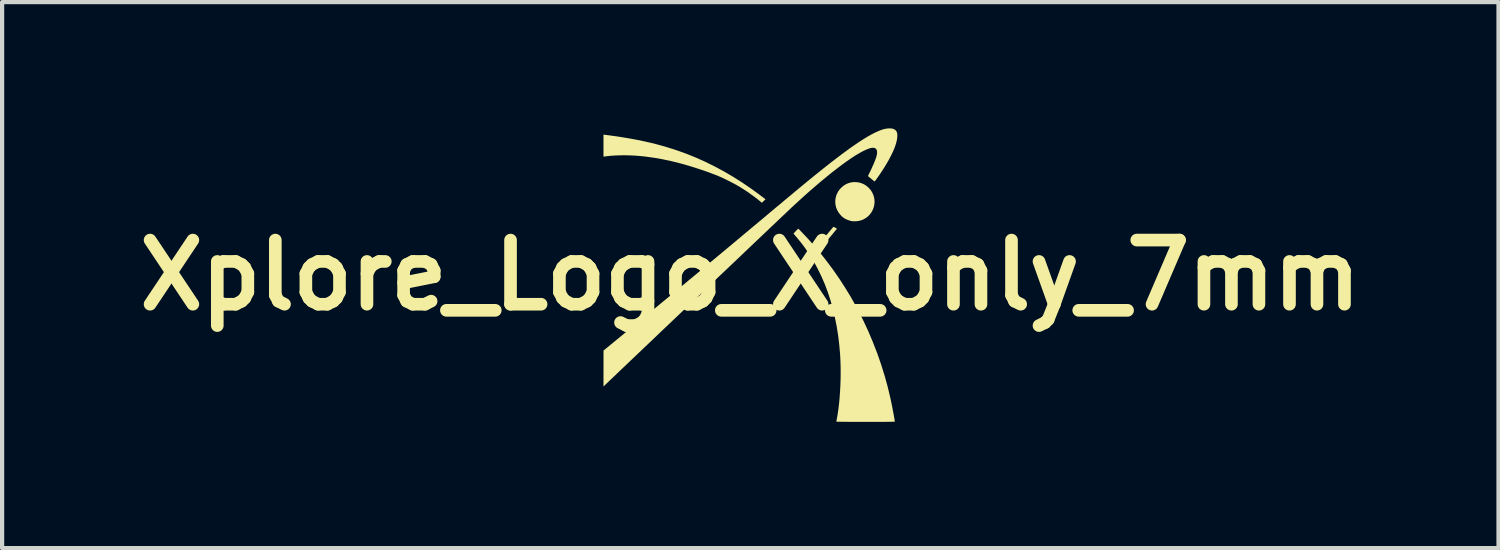
<source format=kicad_pcb>
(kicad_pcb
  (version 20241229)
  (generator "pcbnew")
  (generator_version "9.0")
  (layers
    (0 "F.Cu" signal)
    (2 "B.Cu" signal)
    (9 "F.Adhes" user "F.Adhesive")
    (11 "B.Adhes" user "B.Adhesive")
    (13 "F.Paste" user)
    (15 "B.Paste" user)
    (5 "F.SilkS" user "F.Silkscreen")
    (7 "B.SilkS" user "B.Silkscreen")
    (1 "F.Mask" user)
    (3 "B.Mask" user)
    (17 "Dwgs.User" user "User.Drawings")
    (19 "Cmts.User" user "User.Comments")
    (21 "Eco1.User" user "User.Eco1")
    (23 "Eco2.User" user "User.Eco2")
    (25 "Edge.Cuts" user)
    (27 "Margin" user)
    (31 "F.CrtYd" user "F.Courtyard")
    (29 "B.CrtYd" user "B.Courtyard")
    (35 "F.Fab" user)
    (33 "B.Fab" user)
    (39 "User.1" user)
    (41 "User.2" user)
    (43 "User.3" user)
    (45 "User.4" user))
  (footprint "Xplore_Logo_X_only_7mm"
    (layer "F.Cu")
    (at 14.776 3.488)
    (property "Reference" "Xplore_Logo_X_only_7mm" (at 0 0 0) (layer "F.SilkS") (effects (font (size 1.524 1.524) (thickness 0.3))))
    (attr board_only exclude_from_pos_files exclude_from_bom)
    (fp_poly (pts (xy 1.983 -1.146) (xy 1.995 -1.141) (xy 2.012 -1.132) (xy 2.017 -1.129) (xy 2.034 -1.119) (xy 2.048 -1.111) (xy 2.056 -1.106) (xy 2.058 -1.105) (xy 2.055 -1.101) (xy 2.047 -1.09) (xy 2.034 -1.074) (xy 2.017 -1.054) (xy 1.996 -1.029) (xy 1.973 -1.001) (xy 1.948 -0.97) (xy 1.921 -0.938) (xy 1.894 -0.905) (xy 1.866 -0.873) (xy 1.84 -0.841) (xy 1.814 -0.81) (xy 1.791 -0.782) (xy 1.77 -0.758) (xy 1.753 -0.737) (xy 1.74 -0.722) (xy 1.732 -0.712) (xy 1.728 -0.708) (xy 1.725 -0.712) (xy 1.717 -0.721) (xy 1.705 -0.734) (xy 1.696 -0.744) (xy 1.664 -0.779) (xy 1.811 -0.956) (xy 1.841 -0.992) (xy 1.869 -1.025) (xy 1.895 -1.056) (xy 1.918 -1.083) (xy 1.937 -1.106) (xy 1.952 -1.124) (xy 1.962 -1.137) (xy 1.967 -1.142) (xy 1.967 -1.142) (xy 1.972 -1.146) (xy 1.976 -1.147)) (stroke (width 0) (type solid)) (fill yes) (layer "F.SilkS"))
    (fp_poly (pts (xy 2.523 -2.21) (xy 2.568 -2.205) (xy 2.596 -2.199) (xy 2.655 -2.18) (xy 2.709 -2.155) (xy 2.758 -2.123) (xy 2.805 -2.083) (xy 2.838 -2.048) (xy 2.866 -2.014) (xy 2.889 -1.977) (xy 2.906 -1.943) (xy 2.93 -1.883) (xy 2.945 -1.822) (xy 2.951 -1.761) (xy 2.949 -1.701) (xy 2.939 -1.642) (xy 2.922 -1.585) (xy 2.898 -1.531) (xy 2.868 -1.481) (xy 2.831 -1.434) (xy 2.789 -1.393) (xy 2.742 -1.357) (xy 2.689 -1.327) (xy 2.633 -1.304) (xy 2.572 -1.289) (xy 2.508 -1.281) (xy 2.502 -1.281) (xy 2.478 -1.281) (xy 2.456 -1.281) (xy 2.439 -1.281) (xy 2.429 -1.282) (xy 2.388 -1.289) (xy 2.344 -1.302) (xy 2.299 -1.319) (xy 2.258 -1.338) (xy 2.223 -1.359) (xy 2.221 -1.36) (xy 2.175 -1.397) (xy 2.133 -1.441) (xy 2.096 -1.49) (xy 2.065 -1.543) (xy 2.042 -1.598) (xy 2.035 -1.621) (xy 2.021 -1.687) (xy 2.018 -1.752) (xy 2.023 -1.817) (xy 2.037 -1.879) (xy 2.06 -1.939) (xy 2.091 -1.996) (xy 2.131 -2.049) (xy 2.153 -2.072) (xy 2.204 -2.118) (xy 2.258 -2.154) (xy 2.317 -2.182) (xy 2.379 -2.201) (xy 2.388 -2.203) (xy 2.43 -2.21) (xy 2.476 -2.212)) (stroke (width 0) (type solid)) (fill yes) (layer "F.SilkS"))
    (fp_poly (pts (xy -3.438 -3.333) (xy -3.243 -3.307) (xy -3.052 -3.279) (xy -2.867 -3.248) (xy -2.688 -3.215) (xy -2.516 -3.179) (xy -2.352 -3.142) (xy -2.224 -3.11) (xy -1.986 -3.043) (xy -1.751 -2.968) (xy -1.52 -2.885) (xy -1.292 -2.793) (xy -1.066 -2.692) (xy -0.844 -2.582) (xy -0.624 -2.464) (xy -0.406 -2.336) (xy -0.191 -2.2) (xy 0.023 -2.054) (xy 0.235 -1.899) (xy 0.296 -1.853) (xy 0.36 -1.803) (xy 0.338 -1.782) (xy 0.322 -1.766) (xy 0.304 -1.75) (xy 0.295 -1.741) (xy 0.273 -1.721) (xy 0.242 -1.748) (xy 0.172 -1.805) (xy 0.095 -1.864) (xy 0.012 -1.924) (xy -0.073 -1.984) (xy -0.161 -2.041) (xy -0.247 -2.095) (xy -0.321 -2.139) (xy -0.357 -2.159) (xy -0.399 -2.181) (xy -0.445 -2.205) (xy -0.493 -2.23) (xy -0.542 -2.255) (xy -0.589 -2.278) (xy -0.632 -2.299) (xy -0.67 -2.316) (xy -0.682 -2.322) (xy -0.755 -2.353) (xy -0.833 -2.385) (xy -0.918 -2.417) (xy -1.009 -2.451) (xy -1.108 -2.486) (xy -1.216 -2.522) (xy -1.222 -2.524) (xy -1.443 -2.594) (xy -1.66 -2.656) (xy -1.873 -2.709) (xy -2.083 -2.754) (xy -2.289 -2.79) (xy -2.491 -2.818) (xy -2.581 -2.828) (xy -2.713 -2.839) (xy -2.845 -2.846) (xy -2.975 -2.849) (xy -3.101 -2.848) (xy -3.222 -2.843) (xy -3.337 -2.835) (xy -3.415 -2.826) (xy -3.437 -2.823) (xy -3.457 -2.82) (xy -3.472 -2.819) (xy -3.478 -2.819) (xy -3.489 -2.819) (xy -3.489 -3.34)) (stroke (width 0) (type solid)) (fill yes) (layer "F.SilkS"))
    (fp_poly (pts (xy 1.142 -1.101) (xy 1.149 -1.096) (xy 1.159 -1.087) (xy 1.173 -1.073) (xy 1.192 -1.053) (xy 1.208 -1.037) (xy 1.369 -0.867) (xy 1.528 -0.687) (xy 1.683 -0.501) (xy 1.834 -0.308) (xy 1.98 -0.11) (xy 2.12 0.092) (xy 2.253 0.298) (xy 2.38 0.506) (xy 2.419 0.574) (xy 2.554 0.82) (xy 2.681 1.071) (xy 2.8 1.326) (xy 2.91 1.586) (xy 3.012 1.848) (xy 3.105 2.114) (xy 3.189 2.383) (xy 3.264 2.654) (xy 3.329 2.928) (xy 3.332 2.94) (xy 3.34 2.978) (xy 3.349 3.02) (xy 3.358 3.065) (xy 3.368 3.113) (xy 3.377 3.161) (xy 3.386 3.21) (xy 3.395 3.257) (xy 3.404 3.303) (xy 3.411 3.345) (xy 3.418 3.384) (xy 3.424 3.417) (xy 3.428 3.444) (xy 3.431 3.464) (xy 3.432 3.475) (xy 3.432 3.476) (xy 3.431 3.477) (xy 3.43 3.478) (xy 3.427 3.479) (xy 3.422 3.48) (xy 3.415 3.48) (xy 3.405 3.481) (xy 3.392 3.482) (xy 3.375 3.482) (xy 3.354 3.482) (xy 3.329 3.483) (xy 3.298 3.483) (xy 3.262 3.483) (xy 3.219 3.484) (xy 3.171 3.484) (xy 3.115 3.484) (xy 3.052 3.484) (xy 2.982 3.484) (xy 2.903 3.484) (xy 2.815 3.484) (xy 2.738 3.484) (xy 2.639 3.484) (xy 2.55 3.484) (xy 2.47 3.484) (xy 2.398 3.484) (xy 2.334 3.484) (xy 2.277 3.483) (xy 2.228 3.483) (xy 2.185 3.483) (xy 2.149 3.482) (xy 2.119 3.482) (xy 2.095 3.482) (xy 2.076 3.481) (xy 2.061 3.48) (xy 2.052 3.48) (xy 2.046 3.479) (xy 2.044 3.478) (xy 2.044 3.478) (xy 2.045 3.471) (xy 2.047 3.457) (xy 2.05 3.438) (xy 2.053 3.425) (xy 2.074 3.307) (xy 2.092 3.181) (xy 2.108 3.048) (xy 2.121 2.911) (xy 2.131 2.769) (xy 2.139 2.624) (xy 2.144 2.478) (xy 2.146 2.332) (xy 2.145 2.187) (xy 2.141 2.044) (xy 2.134 1.904) (xy 2.132 1.873) (xy 2.112 1.646) (xy 2.085 1.425) (xy 2.05 1.209) (xy 2.008 0.998) (xy 1.959 0.793) (xy 1.903 0.593) (xy 1.839 0.399) (xy 1.768 0.211) (xy 1.689 0.029) (xy 1.603 -0.148) (xy 1.511 -0.318) (xy 1.411 -0.482) (xy 1.304 -0.641) (xy 1.245 -0.72) (xy 1.207 -0.77) (xy 1.163 -0.825) (xy 1.113 -0.885) (xy 1.06 -0.948) (xy 1.042 -0.97) (xy 1.025 -0.989) (xy 1.073 -1.04) (xy 1.091 -1.059) (xy 1.107 -1.075) (xy 1.12 -1.089) (xy 1.128 -1.098) (xy 1.13 -1.099) (xy 1.133 -1.102) (xy 1.137 -1.102)) (stroke (width 0) (type solid)) (fill yes) (layer "F.SilkS"))
    (fp_poly (pts (xy 3.341 -3.487) (xy 3.372 -3.483) (xy 3.383 -3.48) (xy 3.415 -3.468) (xy 3.44 -3.453) (xy 3.459 -3.435) (xy 3.474 -3.411) (xy 3.475 -3.41) (xy 3.482 -3.393) (xy 3.487 -3.379) (xy 3.49 -3.362) (xy 3.492 -3.341) (xy 3.492 -3.332) (xy 3.491 -3.279) (xy 3.483 -3.219) (xy 3.468 -3.154) (xy 3.447 -3.083) (xy 3.419 -3.007) (xy 3.384 -2.927) (xy 3.343 -2.842) (xy 3.296 -2.752) (xy 3.243 -2.659) (xy 3.184 -2.562) (xy 3.12 -2.462) (xy 3.05 -2.358) (xy 3.013 -2.306) (xy 2.994 -2.279) (xy 2.979 -2.259) (xy 2.968 -2.244) (xy 2.96 -2.235) (xy 2.954 -2.23) (xy 2.95 -2.229) (xy 2.947 -2.23) (xy 2.947 -2.23) (xy 2.938 -2.237) (xy 2.924 -2.248) (xy 2.907 -2.262) (xy 2.887 -2.278) (xy 2.867 -2.295) (xy 2.847 -2.311) (xy 2.828 -2.327) (xy 2.812 -2.34) (xy 2.801 -2.35) (xy 2.795 -2.355) (xy 2.795 -2.356) (xy 2.797 -2.36) (xy 2.802 -2.372) (xy 2.81 -2.389) (xy 2.82 -2.408) (xy 2.82 -2.409) (xy 2.838 -2.445) (xy 2.858 -2.486) (xy 2.879 -2.531) (xy 2.899 -2.576) (xy 2.919 -2.62) (xy 2.937 -2.661) (xy 2.951 -2.696) (xy 2.955 -2.704) (xy 2.978 -2.766) (xy 2.996 -2.821) (xy 3.007 -2.869) (xy 3.012 -2.911) (xy 3.01 -2.946) (xy 3.003 -2.974) (xy 2.99 -2.997) (xy 2.97 -3.013) (xy 2.949 -3.023) (xy 2.922 -3.028) (xy 2.888 -3.026) (xy 2.848 -3.017) (xy 2.803 -3.003) (xy 2.751 -2.982) (xy 2.694 -2.956) (xy 2.632 -2.923) (xy 2.565 -2.885) (xy 2.493 -2.842) (xy 2.417 -2.793) (xy 2.337 -2.738) (xy 2.295 -2.709) (xy 2.182 -2.627) (xy 2.064 -2.538) (xy 1.94 -2.442) (xy 1.813 -2.339) (xy 1.682 -2.231) (xy 1.547 -2.116) (xy 1.409 -1.997) (xy 1.269 -1.872) (xy 1.127 -1.743) (xy 0.983 -1.61) (xy 0.886 -1.518) (xy 0.825 -1.46) (xy 0.759 -1.398) (xy 0.689 -1.331) (xy 0.614 -1.26) (xy 0.536 -1.186) (xy 0.453 -1.108) (xy 0.368 -1.026) (xy 0.279 -0.942) (xy 0.186 -0.854) (xy 0.091 -0.764) (xy -0.006 -0.671) (xy -0.106 -0.576) (xy -0.208 -0.479) (xy -0.312 -0.38) (xy -0.418 -0.279) (xy -0.525 -0.177) (xy -0.634 -0.074) (xy -0.744 0.03) (xy -0.854 0.135) (xy -0.965 0.24) (xy -1.076 0.346) (xy -1.187 0.452) (xy -1.299 0.558) (xy -1.41 0.664) (xy -1.52 0.769) (xy -1.63 0.873) (xy -1.738 0.976) (xy -1.846 1.078) (xy -1.951 1.179) (xy -2.056 1.278) (xy -2.158 1.375) (xy -2.258 1.471) (xy -2.355 1.564) (xy -2.45 1.654) (xy -2.543 1.742) (xy -2.632 1.827) (xy -2.718 1.909) (xy -2.8 1.987) (xy -2.879 2.062) (xy -2.953 2.133) (xy -3.024 2.2) (xy -3.09 2.263) (xy -3.151 2.321) (xy -3.207 2.375) (xy -3.259 2.424) (xy -3.305 2.468) (xy -3.345 2.506) (xy -3.38 2.54) (xy -3.408 2.567) (xy -3.43 2.588) (xy -3.446 2.603) (xy -3.454 2.611) (xy -3.489 2.645) (xy -3.488 2.217) (xy -3.488 1.79) (xy -3.302 1.637) (xy -3.113 1.482) (xy -2.92 1.324) (xy -2.724 1.164) (xy -2.525 1) (xy -2.322 0.832) (xy -2.115 0.661) (xy -1.903 0.486) (xy -1.687 0.307) (xy -1.465 0.123) (xy -1.238 -0.065) (xy -1.006 -0.259) (xy -0.768 -0.457) (xy -0.523 -0.661) (xy -0.273 -0.87) (xy -0.015 -1.086) (xy 0.059 -1.148) (xy 0.171 -1.241) (xy 0.275 -1.328) (xy 0.372 -1.409) (xy 0.463 -1.486) (xy 0.548 -1.557) (xy 0.627 -1.623) (xy 0.701 -1.684) (xy 0.769 -1.741) (xy 0.832 -1.794) (xy 0.891 -1.843) (xy 0.946 -1.889) (xy 0.996 -1.931) (xy 1.042 -1.969) (xy 1.085 -2.005) (xy 1.125 -2.038) (xy 1.162 -2.069) (xy 1.196 -2.097) (xy 1.229 -2.124) (xy 1.259 -2.149) (xy 1.287 -2.172) (xy 1.314 -2.194) (xy 1.339 -2.215) (xy 1.364 -2.236) (xy 1.388 -2.255) (xy 1.412 -2.275) (xy 1.437 -2.295) (xy 1.461 -2.314) (xy 1.486 -2.335) (xy 1.512 -2.356) (xy 1.535 -2.375) (xy 1.673 -2.486) (xy 1.804 -2.59) (xy 1.929 -2.688) (xy 2.048 -2.779) (xy 2.161 -2.865) (xy 2.268 -2.944) (xy 2.369 -3.018) (xy 2.465 -3.085) (xy 2.556 -3.147) (xy 2.642 -3.203) (xy 2.723 -3.254) (xy 2.799 -3.3) (xy 2.871 -3.34) (xy 2.939 -3.376) (xy 3.003 -3.406) (xy 3.062 -3.432) (xy 3.119 -3.453) (xy 3.171 -3.47) (xy 3.185 -3.473) (xy 3.223 -3.481) (xy 3.264 -3.486) (xy 3.304 -3.488)) (stroke (width 0) (type solid)) (fill yes) (layer "F.SilkS")))
  (gr_rect
    (start -3 -3)
    (end 32.551 9.972)
    (stroke (width 0.1) (type default))
    (fill no)
    (layer "Edge.Cuts")))
</source>
